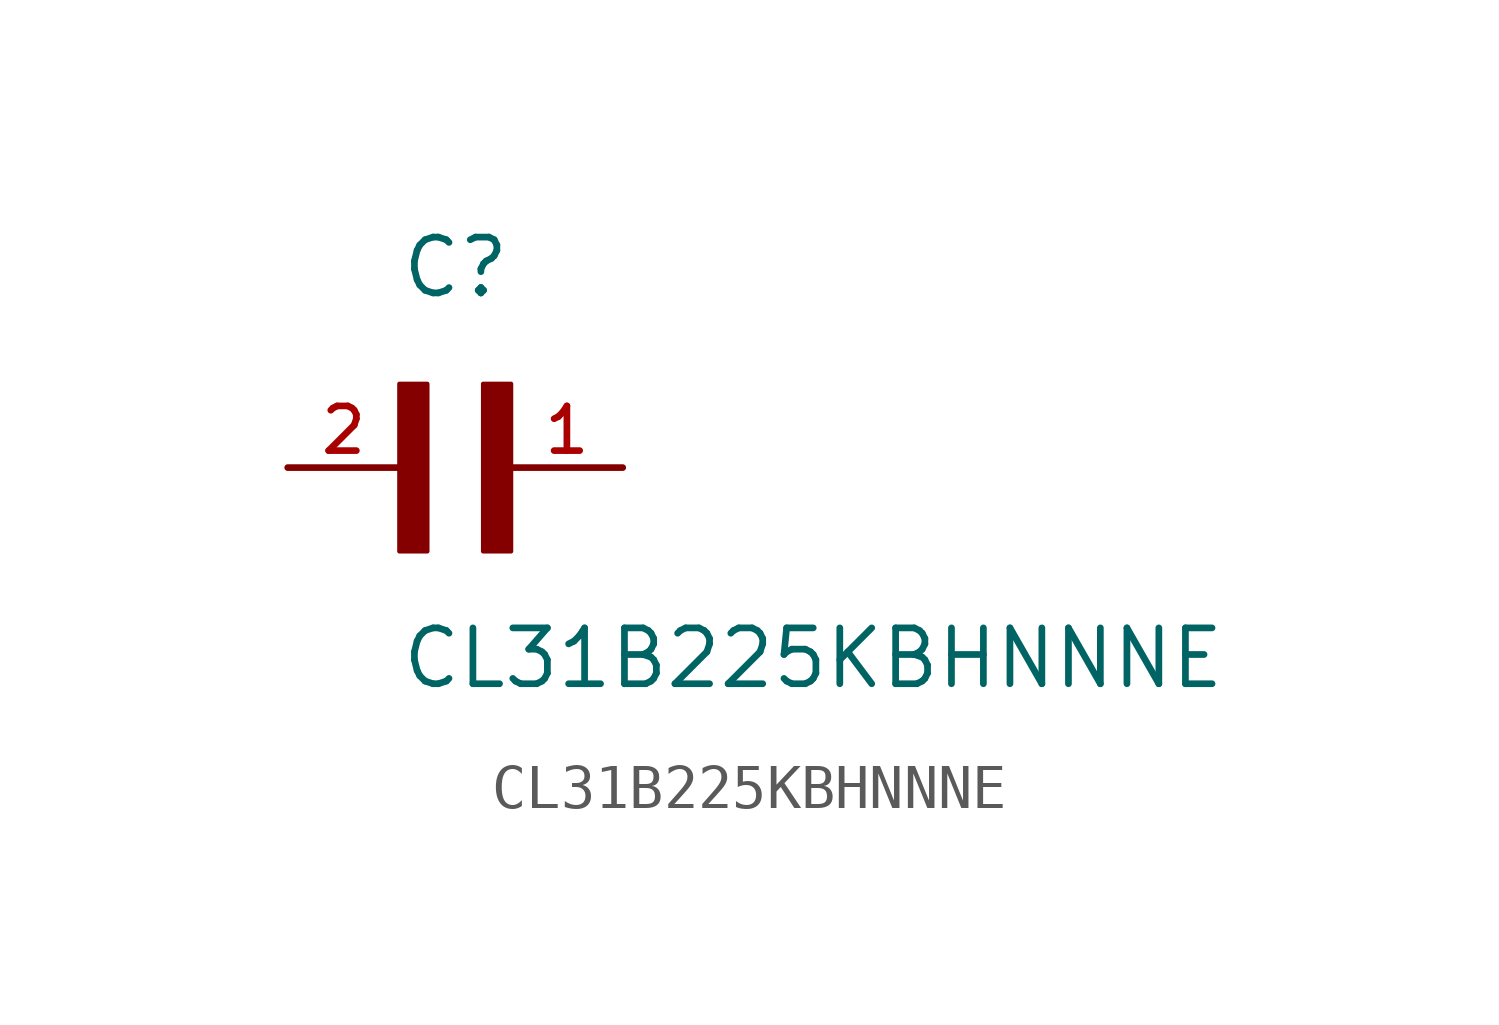
<source format=kicad_sym>
(kicad_symbol_lib
  (version 20211014)
  (generator kicad_symbol_editor)
  (symbol "CL31B225KBHNNNE"
    (pin_names
      (offset 1.016))
    (property "Reference" "C"
      (at 0.0 3.81 0)
      (effects (font (size 1.27 1.27)) (justify bottom left)))
    (property "Value" "CL31B225KBHNNNE"
      (at 0.0 -5.08 0)
      (effects (font (size 1.27 1.27)) (justify bottom left)))
    (symbol "CL31B225KBHNNNE_0_0"
      (rectangle (start 0.0 -1.905) (end 0.635 1.905) (stroke (width 0.1)) (fill (type outline)))
      (rectangle (start 1.905 -1.905) (end 2.54 1.905) (stroke (width 0.1)) (fill (type outline)))
      (pin passive line (at 5.08 0.0 180.0) (length 2.54) (name "~" (effects (font (size 1.016 1.016)))) (number "1" (effects (font (size 1.016 1.016)))))
      (pin passive line (at -2.54 0.0 0) (length 2.54) (name "~" (effects (font (size 1.016 1.016)))) (number "2" (effects (font (size 1.016 1.016))))))))
</source>
